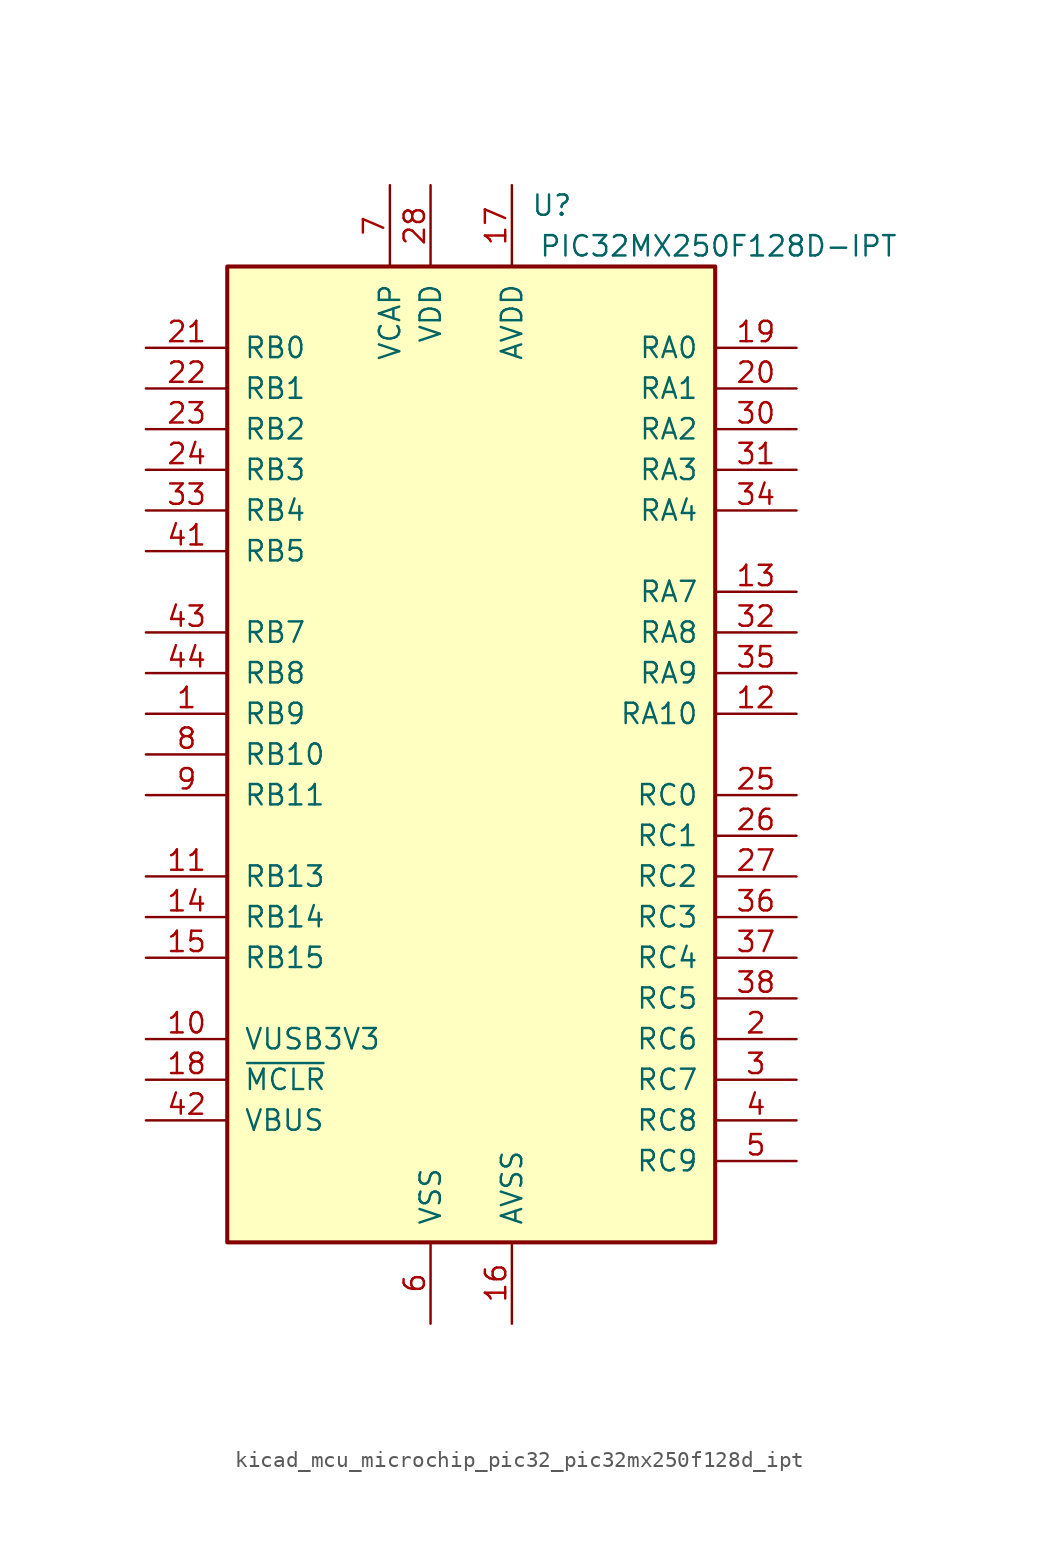
<source format=kicad_sym>
(kicad_symbol_lib
  (version 20220914)
  (generator kicad_symbol_editor)
  (symbol "kicad_mcu_microchip_pic32_pic32mx250f128d_ipt"
    (pin_names
      (offset 1.016))
    (property "Reference" "U"
      (at 6.35 34.29 0)
      (effects (font (size 1.27 1.27)) (justify right)))
    (property "Value" "PIC32MX250F128D-IPT"
      (at 26.67 31.75 0)
      (effects (font (size 1.27 1.27)) (justify right)))
    (symbol "kicad_mcu_microchip_pic32_pic32mx250f128d_ipt_0_1"
      (rectangle (start -15.24 30.48) (end 15.24 -30.48) (stroke (width 0.254) (type default)) (fill (type background))))
    (symbol "kicad_mcu_microchip_pic32_pic32mx250f128d_ipt_1_1"
      (pin bidirectional line (at -20.32 2.54 0) (length 5.08) (name "RB9" (effects (font (size 1.27 1.27)))) (number "1" (effects (font (size 1.27 1.27)))))
      (pin bidirectional line (at -20.32 -17.78 0) (length 5.08) (name "VUSB3V3" (effects (font (size 1.27 1.27)))) (number "10" (effects (font (size 1.27 1.27)))))
      (pin bidirectional line (at -20.32 -7.62 0) (length 5.08) (name "RB13" (effects (font (size 1.27 1.27)))) (number "11" (effects (font (size 1.27 1.27)))))
      (pin bidirectional line (at 20.32 2.54 180) (length 5.08) (name "RA10" (effects (font (size 1.27 1.27)))) (number "12" (effects (font (size 1.27 1.27)))))
      (pin bidirectional line (at 20.32 10.16 180) (length 5.08) (name "RA7" (effects (font (size 1.27 1.27)))) (number "13" (effects (font (size 1.27 1.27)))))
      (pin bidirectional line (at -20.32 -10.16 0) (length 5.08) (name "RB14" (effects (font (size 1.27 1.27)))) (number "14" (effects (font (size 1.27 1.27)))))
      (pin bidirectional line (at -20.32 -12.7 0) (length 5.08) (name "RB15" (effects (font (size 1.27 1.27)))) (number "15" (effects (font (size 1.27 1.27)))))
      (pin power_in line (at 2.54 -35.56 90) (length 5.08) (name "AVSS" (effects (font (size 1.27 1.27)))) (number "16" (effects (font (size 1.27 1.27)))))
      (pin power_in line (at 2.54 35.56 270) (length 5.08) (name "AVDD" (effects (font (size 1.27 1.27)))) (number "17" (effects (font (size 1.27 1.27)))))
      (pin input line (at -20.32 -20.32 0) (length 5.08) (name "~{MCLR}" (effects (font (size 1.27 1.27)))) (number "18" (effects (font (size 1.27 1.27)))))
      (pin input line (at 20.32 25.4 180) (length 5.08) (name "RA0" (effects (font (size 1.27 1.27)))) (number "19" (effects (font (size 1.27 1.27)))))
      (pin bidirectional line (at 20.32 -17.78 180) (length 5.08) (name "RC6" (effects (font (size 1.27 1.27)))) (number "2" (effects (font (size 1.27 1.27)))))
      (pin input line (at 20.32 22.86 180) (length 5.08) (name "RA1" (effects (font (size 1.27 1.27)))) (number "20" (effects (font (size 1.27 1.27)))))
      (pin input line (at -20.32 25.4 0) (length 5.08) (name "RB0" (effects (font (size 1.27 1.27)))) (number "21" (effects (font (size 1.27 1.27)))))
      (pin input line (at -20.32 22.86 0) (length 5.08) (name "RB1" (effects (font (size 1.27 1.27)))) (number "22" (effects (font (size 1.27 1.27)))))
      (pin input line (at -20.32 20.32 0) (length 5.08) (name "RB2" (effects (font (size 1.27 1.27)))) (number "23" (effects (font (size 1.27 1.27)))))
      (pin input line (at -20.32 17.78 0) (length 5.08) (name "RB3" (effects (font (size 1.27 1.27)))) (number "24" (effects (font (size 1.27 1.27)))))
      (pin input line (at 20.32 -2.54 180) (length 5.08) (name "RC0" (effects (font (size 1.27 1.27)))) (number "25" (effects (font (size 1.27 1.27)))))
      (pin input line (at 20.32 -5.08 180) (length 5.08) (name "RC1" (effects (font (size 1.27 1.27)))) (number "26" (effects (font (size 1.27 1.27)))))
      (pin input line (at 20.32 -7.62 180) (length 5.08) (name "RC2" (effects (font (size 1.27 1.27)))) (number "27" (effects (font (size 1.27 1.27)))))
      (pin power_in line (at -2.54 35.56 270) (length 5.08) (name "VDD" (effects (font (size 1.27 1.27)))) (number "28" (effects (font (size 1.27 1.27)))))
      (pin passive line (at -2.54 -35.56 90) (length 5.08) hide (name "VSS" (effects (font (size 1.27 1.27)))) (number "29" (effects (font (size 1.27 1.27)))))
      (pin bidirectional line (at 20.32 -20.32 180) (length 5.08) (name "RC7" (effects (font (size 1.27 1.27)))) (number "3" (effects (font (size 1.27 1.27)))))
      (pin input line (at 20.32 20.32 180) (length 5.08) (name "RA2" (effects (font (size 1.27 1.27)))) (number "30" (effects (font (size 1.27 1.27)))))
      (pin input line (at 20.32 17.78 180) (length 5.08) (name "RA3" (effects (font (size 1.27 1.27)))) (number "31" (effects (font (size 1.27 1.27)))))
      (pin input line (at 20.32 7.62 180) (length 5.08) (name "RA8" (effects (font (size 1.27 1.27)))) (number "32" (effects (font (size 1.27 1.27)))))
      (pin input line (at -20.32 15.24 0) (length 5.08) (name "RB4" (effects (font (size 1.27 1.27)))) (number "33" (effects (font (size 1.27 1.27)))))
      (pin input line (at 20.32 15.24 180) (length 5.08) (name "RA4" (effects (font (size 1.27 1.27)))) (number "34" (effects (font (size 1.27 1.27)))))
      (pin input line (at 20.32 5.08 180) (length 5.08) (name "RA9" (effects (font (size 1.27 1.27)))) (number "35" (effects (font (size 1.27 1.27)))))
      (pin input line (at 20.32 -10.16 180) (length 5.08) (name "RC3" (effects (font (size 1.27 1.27)))) (number "36" (effects (font (size 1.27 1.27)))))
      (pin input line (at 20.32 -12.7 180) (length 5.08) (name "RC4" (effects (font (size 1.27 1.27)))) (number "37" (effects (font (size 1.27 1.27)))))
      (pin input line (at 20.32 -15.24 180) (length 5.08) (name "RC5" (effects (font (size 1.27 1.27)))) (number "38" (effects (font (size 1.27 1.27)))))
      (pin passive line (at -2.54 -35.56 90) (length 5.08) hide (name "VSS" (effects (font (size 1.27 1.27)))) (number "39" (effects (font (size 1.27 1.27)))))
      (pin bidirectional line (at 20.32 -22.86 180) (length 5.08) (name "RC8" (effects (font (size 1.27 1.27)))) (number "4" (effects (font (size 1.27 1.27)))))
      (pin passive line (at -2.54 35.56 270) (length 5.08) hide (name "VDD" (effects (font (size 1.27 1.27)))) (number "40" (effects (font (size 1.27 1.27)))))
      (pin input line (at -20.32 12.7 0) (length 5.08) (name "RB5" (effects (font (size 1.27 1.27)))) (number "41" (effects (font (size 1.27 1.27)))))
      (pin input line (at -20.32 -22.86 0) (length 5.08) (name "VBUS" (effects (font (size 1.27 1.27)))) (number "42" (effects (font (size 1.27 1.27)))))
      (pin input line (at -20.32 7.62 0) (length 5.08) (name "RB7" (effects (font (size 1.27 1.27)))) (number "43" (effects (font (size 1.27 1.27)))))
      (pin input line (at -20.32 5.08 0) (length 5.08) (name "RB8" (effects (font (size 1.27 1.27)))) (number "44" (effects (font (size 1.27 1.27)))))
      (pin bidirectional line (at 20.32 -25.4 180) (length 5.08) (name "RC9" (effects (font (size 1.27 1.27)))) (number "5" (effects (font (size 1.27 1.27)))))
      (pin power_in line (at -2.54 -35.56 90) (length 5.08) (name "VSS" (effects (font (size 1.27 1.27)))) (number "6" (effects (font (size 1.27 1.27)))))
      (pin power_in line (at -5.08 35.56 270) (length 5.08) (name "VCAP" (effects (font (size 1.27 1.27)))) (number "7" (effects (font (size 1.27 1.27)))))
      (pin bidirectional line (at -20.32 0 0) (length 5.08) (name "RB10" (effects (font (size 1.27 1.27)))) (number "8" (effects (font (size 1.27 1.27)))))
      (pin bidirectional line (at -20.32 -2.54 0) (length 5.08) (name "RB11" (effects (font (size 1.27 1.27)))) (number "9" (effects (font (size 1.27 1.27))))))))
</source>
